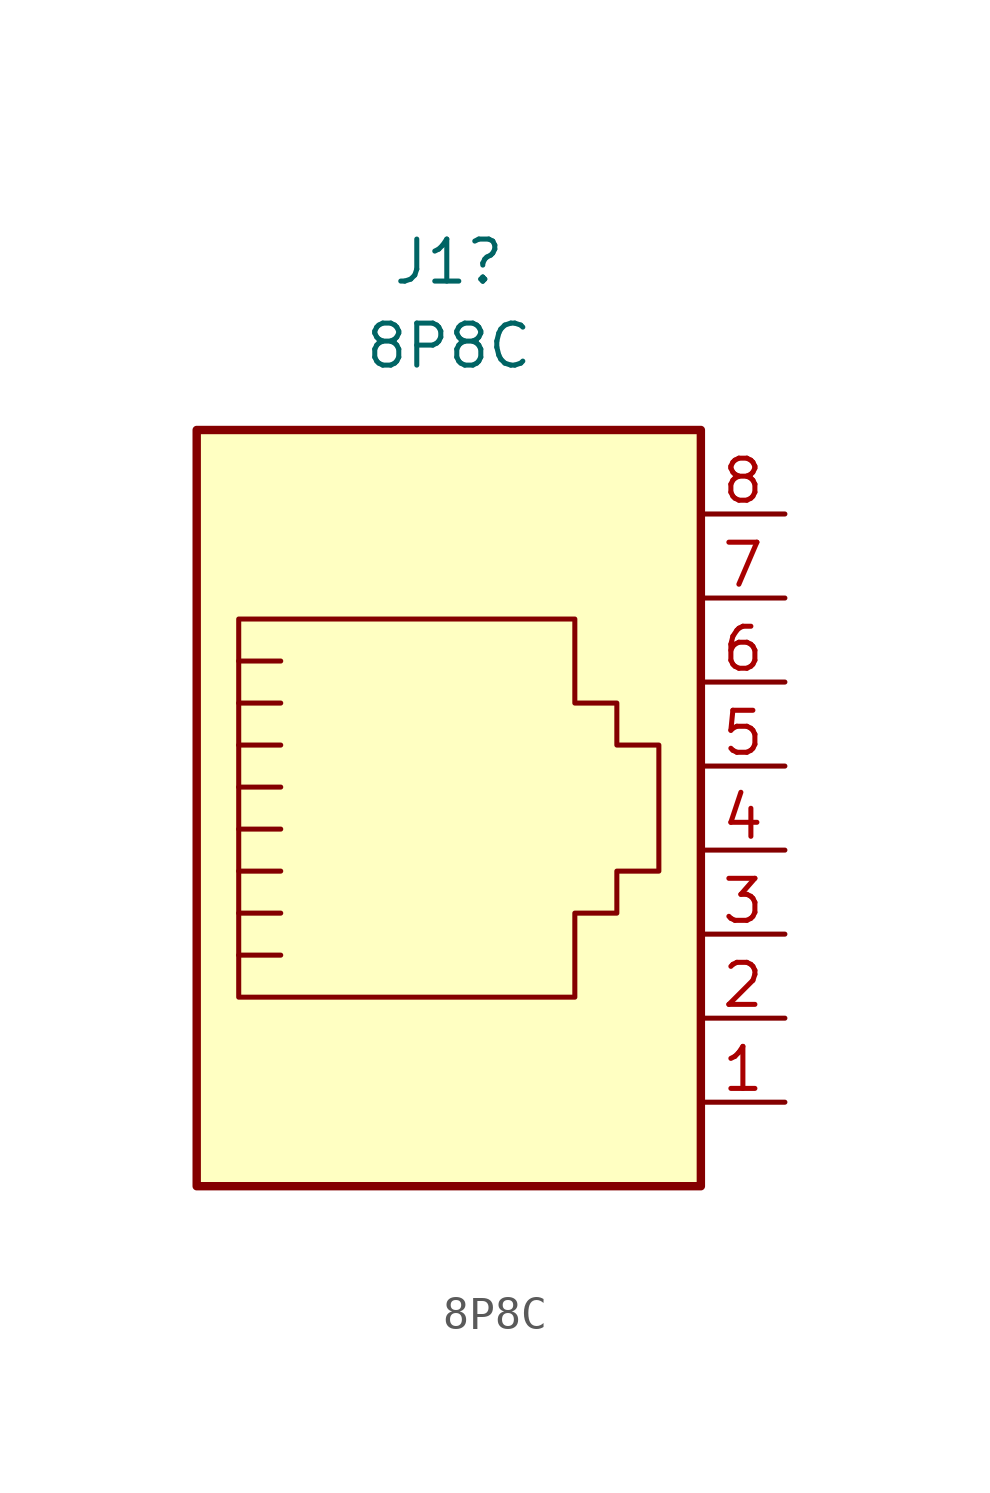
<source format=kicad_sym>
(kicad_symbol_lib
  (version 20220914)
  (generator kicad_symbol_editor)
  (symbol "8P8C"
    (pin_names
      (offset 1.016))
    (property "Reference" "J1"
      (at 0 17.78 0)
      (effects (font (size 1.27 1.27))))
    (property "Value" "8P8C"
      (at 0 15.24 0)
      (effects (font (size 1.27 1.27))))
    (symbol "8P8C_0_1"
      (polyline (pts (xy -5.08 4.445) (xy -6.35 4.445)) (stroke (width 0) (type default)) (fill (type none)))
      (polyline (pts (xy -5.08 5.715) (xy -6.35 5.715)) (stroke (width 0) (type default)) (fill (type none)))
      (polyline (pts (xy -6.35 -3.175) (xy -5.08 -3.175) (xy -5.08 -3.175)) (stroke (width 0) (type default)) (fill (type none)))
      (polyline (pts (xy -6.35 -1.905) (xy -5.08 -1.905) (xy -5.08 -1.905)) (stroke (width 0) (type default)) (fill (type none)))
      (polyline (pts (xy -6.35 -0.635) (xy -5.08 -0.635) (xy -5.08 -0.635)) (stroke (width 0) (type default)) (fill (type none)))
      (polyline (pts (xy -6.35 0.635) (xy -5.08 0.635) (xy -5.08 0.635)) (stroke (width 0) (type default)) (fill (type none)))
      (polyline (pts (xy -6.35 1.905) (xy -5.08 1.905) (xy -5.08 1.905)) (stroke (width 0) (type default)) (fill (type none)))
      (polyline (pts (xy -5.08 3.175) (xy -6.35 3.175) (xy -6.35 3.175)) (stroke (width 0) (type default)) (fill (type none)))
      (polyline (pts (xy -6.35 -4.445) (xy -6.35 6.985) (xy 3.81 6.985) (xy 3.81 4.445) (xy 5.08 4.445) (xy 5.08 3.175) (xy 6.35 3.175) (xy 6.35 -0.635) (xy 5.08 -0.635) (xy 5.08 -1.905) (xy 3.81 -1.905) (xy 3.81 -4.445) (xy -6.35 -4.445) (xy -6.35 -4.445)) (stroke (width 0) (type default)) (fill (type none)))
      (rectangle (start 7.62 12.7) (end -7.62 -10.16) (stroke (width 0.254) (type default)) (fill (type background))))
    (symbol "8P8C_1_1"
      (pin passive line (at 10.16 -7.62 180) (length 2.54) (name "~" (effects (font (size 1.27 1.27)))) (number "1" (effects (font (size 1.27 1.27)))))
      (pin passive line (at 10.16 -5.08 180) (length 2.54) (name "~" (effects (font (size 1.27 1.27)))) (number "2" (effects (font (size 1.27 1.27)))))
      (pin passive line (at 10.16 -2.54 180) (length 2.54) (name "~" (effects (font (size 1.27 1.27)))) (number "3" (effects (font (size 1.27 1.27)))))
      (pin passive line (at 10.16 0 180) (length 2.54) (name "~" (effects (font (size 1.27 1.27)))) (number "4" (effects (font (size 1.27 1.27)))))
      (pin passive line (at 10.16 2.54 180) (length 2.54) (name "~" (effects (font (size 1.27 1.27)))) (number "5" (effects (font (size 1.27 1.27)))))
      (pin passive line (at 10.16 5.08 180) (length 2.54) (name "~" (effects (font (size 1.27 1.27)))) (number "6" (effects (font (size 1.27 1.27)))))
      (pin passive line (at 10.16 7.62 180) (length 2.54) (name "~" (effects (font (size 1.27 1.27)))) (number "7" (effects (font (size 1.27 1.27)))))
      (pin passive line (at 10.16 10.16 180) (length 2.54) (name "~" (effects (font (size 1.27 1.27)))) (number "8" (effects (font (size 1.27 1.27))))))))
</source>
